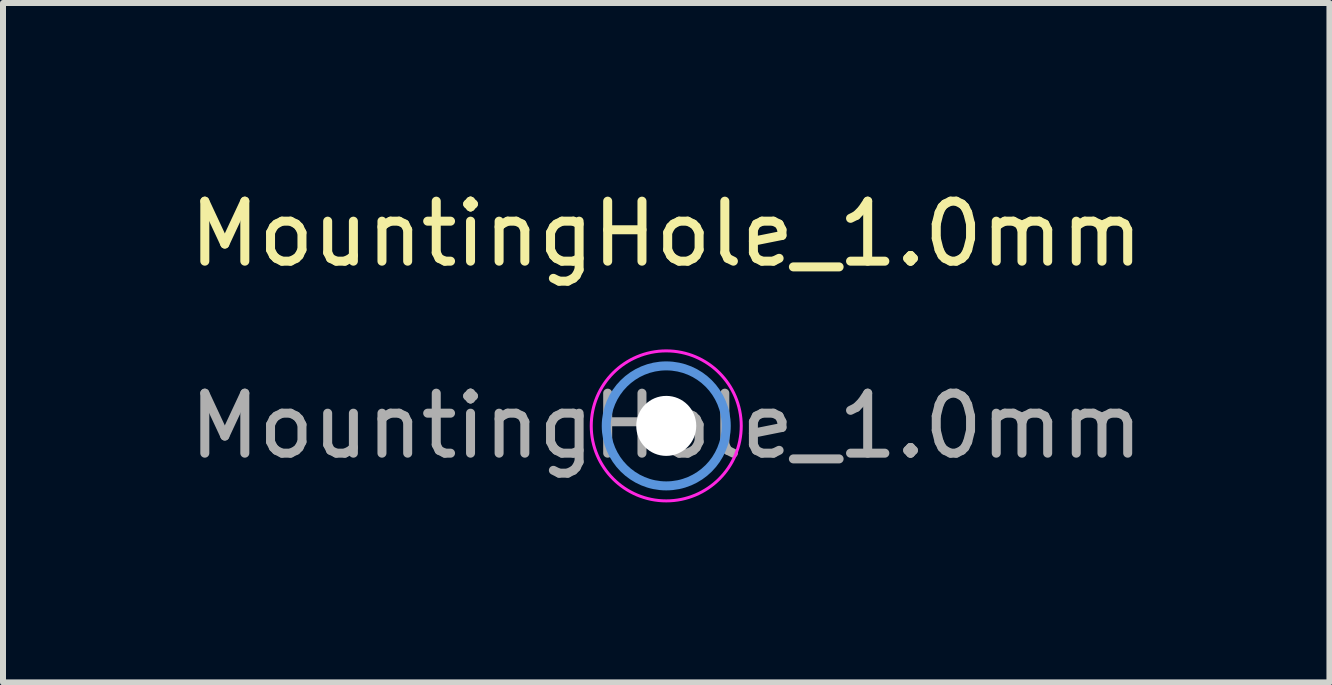
<source format=kicad_pcb>
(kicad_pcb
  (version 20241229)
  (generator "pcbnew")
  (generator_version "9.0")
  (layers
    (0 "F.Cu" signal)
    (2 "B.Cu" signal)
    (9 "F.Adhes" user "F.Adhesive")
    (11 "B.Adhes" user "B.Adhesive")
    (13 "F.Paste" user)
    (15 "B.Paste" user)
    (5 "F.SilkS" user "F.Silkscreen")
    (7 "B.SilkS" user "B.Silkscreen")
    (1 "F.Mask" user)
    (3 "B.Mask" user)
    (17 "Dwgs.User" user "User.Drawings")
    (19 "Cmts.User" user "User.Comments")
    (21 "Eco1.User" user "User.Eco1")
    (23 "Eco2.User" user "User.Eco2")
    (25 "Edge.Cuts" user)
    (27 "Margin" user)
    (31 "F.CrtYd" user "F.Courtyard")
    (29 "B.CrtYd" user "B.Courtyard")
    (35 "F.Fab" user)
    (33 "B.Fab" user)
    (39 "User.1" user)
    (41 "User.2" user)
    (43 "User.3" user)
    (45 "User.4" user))
  (footprint "MountingHole_1.0mm"
    (layer "F.Cu")
    (at 8.054 4.048)
    (property "Reference" "MountingHole_1.0mm" (at 0 -3.2 0) (layer "F.SilkS") (effects (font (size 1 1) (thickness 0.15))))
    (attr board_only exclude_from_pos_files exclude_from_bom)
    (fp_circle (center 0 0) (end 1 0) (stroke (width 0.15) (type solid)) (fill no) (layer "Cmts.User"))
    (fp_circle (center 0 0) (end 1.25 0) (stroke (width 0.05) (type solid)) (fill no) (layer "F.CrtYd"))
    (fp_text user "${REFERENCE}" (at 0 0 0) (layer "F.Fab") (effects (font (size 1 1) (thickness 0.15))))
    (pad "" np_thru_hole circle (at 0 0) (size 1 1) (drill 1) (layers "*.Cu" "*.Mask")))
  (gr_rect
    (start -3 -3)
    (end 19.107 8.323)
    (stroke (width 0.1) (type default))
    (fill no)
    (layer "Edge.Cuts")))
</source>
